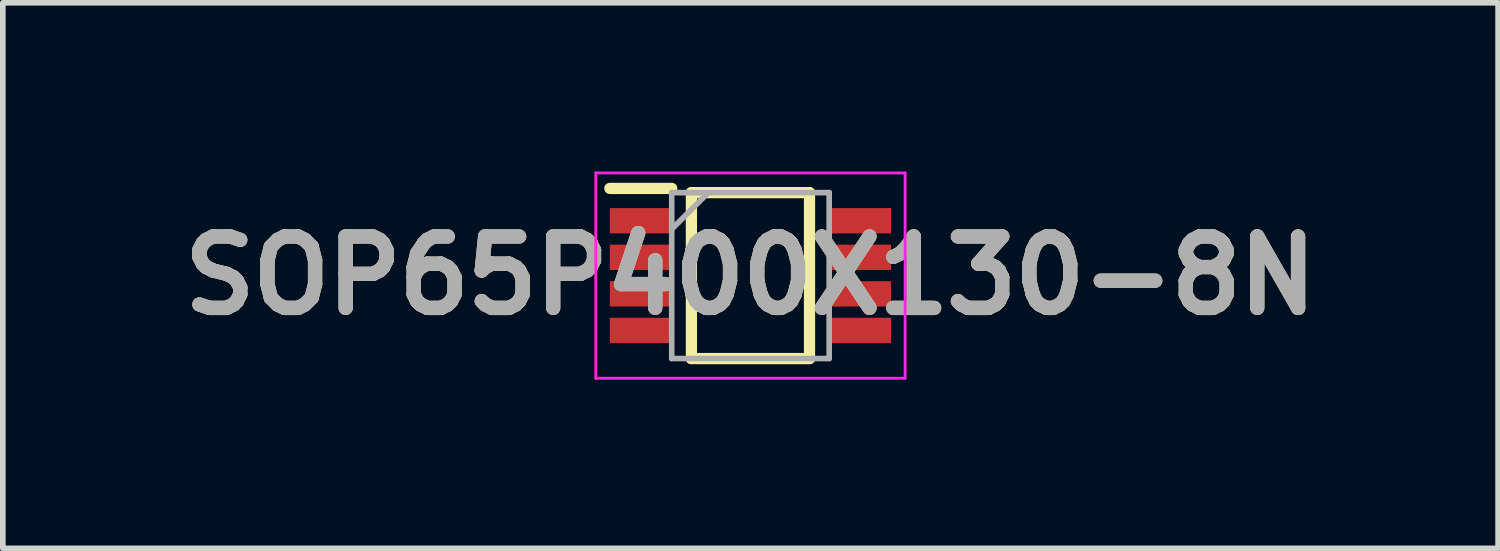
<source format=kicad_pcb>
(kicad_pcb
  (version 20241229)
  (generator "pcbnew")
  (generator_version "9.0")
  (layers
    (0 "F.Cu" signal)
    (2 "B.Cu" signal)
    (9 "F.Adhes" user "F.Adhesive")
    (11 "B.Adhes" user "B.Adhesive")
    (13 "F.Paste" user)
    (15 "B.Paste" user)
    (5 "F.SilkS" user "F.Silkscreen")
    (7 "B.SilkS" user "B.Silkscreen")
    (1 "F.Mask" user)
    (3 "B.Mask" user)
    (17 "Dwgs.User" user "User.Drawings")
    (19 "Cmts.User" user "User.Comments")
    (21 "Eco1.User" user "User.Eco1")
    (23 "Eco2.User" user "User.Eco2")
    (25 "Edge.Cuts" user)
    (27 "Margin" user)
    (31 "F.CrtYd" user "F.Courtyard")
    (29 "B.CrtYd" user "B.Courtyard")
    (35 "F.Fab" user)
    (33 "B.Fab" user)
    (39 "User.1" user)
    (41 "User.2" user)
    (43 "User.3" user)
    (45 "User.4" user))
  (footprint "SOP65P400X130-8N"
    (layer "F.Cu")
    (at 10.293 1.85)
    (property "Reference" "SOP65P400X130-8N" (at 0 0 0) (layer "F.SilkS") (effects (font (size 1.27 1.27) (thickness 0.254))))
    (attr smd)
    (fp_line (start -2.5 -1.55) (end -1.4 -1.55) (stroke (width 0.2) (type solid)) (layer "F.SilkS"))
    (fp_line (start -1.05 -1.475) (end 1.05 -1.475) (stroke (width 0.2) (type solid)) (layer "F.SilkS"))
    (fp_line (start -1.05 1.475) (end -1.05 -1.475) (stroke (width 0.2) (type solid)) (layer "F.SilkS"))
    (fp_line (start 1.05 -1.475) (end 1.05 1.475) (stroke (width 0.2) (type solid)) (layer "F.SilkS"))
    (fp_line (start 1.05 1.475) (end -1.05 1.475) (stroke (width 0.2) (type solid)) (layer "F.SilkS"))
    (fp_line (start -2.75 -1.825) (end 2.75 -1.825) (stroke (width 0.05) (type solid)) (layer "F.CrtYd"))
    (fp_line (start -2.75 1.825) (end -2.75 -1.825) (stroke (width 0.05) (type solid)) (layer "F.CrtYd"))
    (fp_line (start 2.75 -1.825) (end 2.75 1.825) (stroke (width 0.05) (type solid)) (layer "F.CrtYd"))
    (fp_line (start 2.75 1.825) (end -2.75 1.825) (stroke (width 0.05) (type solid)) (layer "F.CrtYd"))
    (fp_line (start -1.4 -1.475) (end 1.4 -1.475) (stroke (width 0.1) (type solid)) (layer "F.Fab"))
    (fp_line (start -1.4 -0.825) (end -0.75 -1.475) (stroke (width 0.1) (type solid)) (layer "F.Fab"))
    (fp_line (start -1.4 1.475) (end -1.4 -1.475) (stroke (width 0.1) (type solid)) (layer "F.Fab"))
    (fp_line (start 1.4 -1.475) (end 1.4 1.475) (stroke (width 0.1) (type solid)) (layer "F.Fab"))
    (fp_line (start 1.4 1.475) (end -1.4 1.475) (stroke (width 0.1) (type solid)) (layer "F.Fab"))
    (fp_text user "${REFERENCE}" (at 0 0 0) (layer "F.Fab") (effects (font (size 1.27 1.27) (thickness 0.254))))
    (pad "1" smd rect (at -1.95 -0.975 90) (size 0.45 1.1) (layers "F.Cu" "F.Mask" "F.Paste"))
    (pad "2" smd rect (at -1.95 -0.325 90) (size 0.45 1.1) (layers "F.Cu" "F.Mask" "F.Paste"))
    (pad "3" smd rect (at -1.95 0.325 90) (size 0.45 1.1) (layers "F.Cu" "F.Mask" "F.Paste"))
    (pad "4" smd rect (at -1.95 0.975 90) (size 0.45 1.1) (layers "F.Cu" "F.Mask" "F.Paste"))
    (pad "5" smd rect (at 1.95 0.975 90) (size 0.45 1.1) (layers "F.Cu" "F.Mask" "F.Paste"))
    (pad "6" smd rect (at 1.95 0.325 90) (size 0.45 1.1) (layers "F.Cu" "F.Mask" "F.Paste"))
    (pad "7" smd rect (at 1.95 -0.325 90) (size 0.45 1.1) (layers "F.Cu" "F.Mask" "F.Paste"))
    (pad "8" smd rect (at 1.95 -0.975 90) (size 0.45 1.1) (layers "F.Cu" "F.Mask" "F.Paste")))
  (gr_rect
    (start -3 -3)
    (end 23.586 6.7)
    (stroke (width 0.1) (type default))
    (fill no)
    (layer "Edge.Cuts")))
</source>
